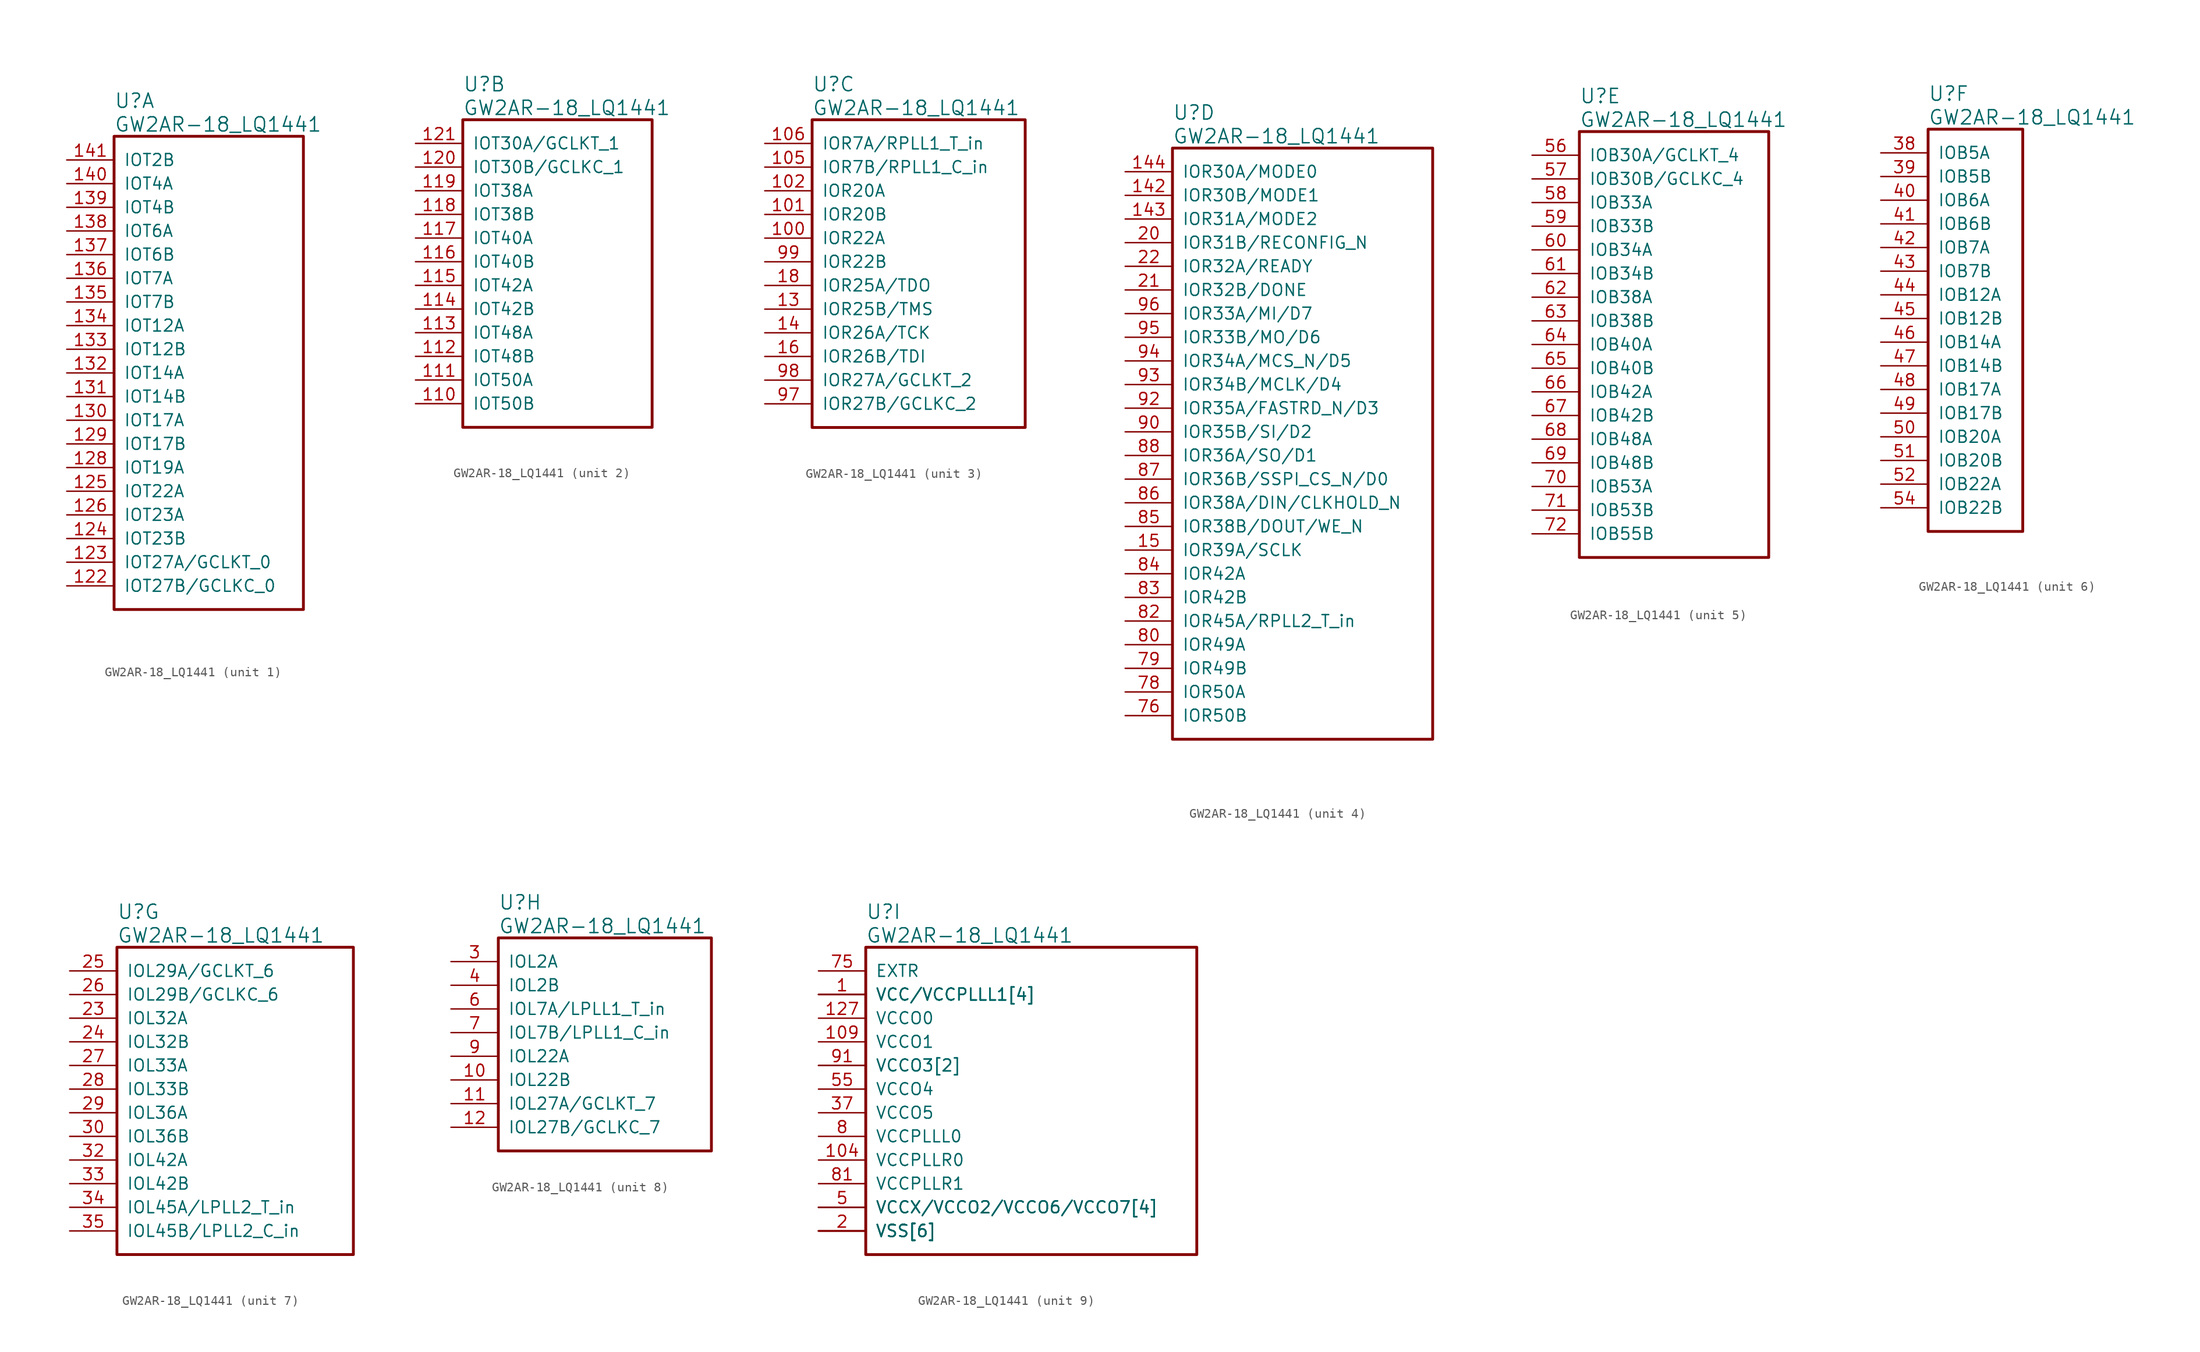
<source format=kicad_sym>
(kicad_symbol_lib
  (version 20211014)
  (generator kicad_symbol_editor)
  (symbol "GW2AR-18_LQ1441"
    (pin_names
      (offset 1.016))
    (property "Reference" "U"
      (at 5.08 6.35 0)
      (effects (font (size 1.524 1.524)) (justify left)))
    (property "Value" "GW2AR-18_LQ1441"
      (at 5.08 3.81 0)
      (effects (font (size 1.524 1.524)) (justify left)))
    (property "ki_locked" ""
      (at 0 0 0)
      (effects (font (size 1.27 1.27))))
    (symbol "GW2AR-18_LQ1441_1_1"
      (rectangle (start 5.08 2.54) (end 25.4 -48.26) (stroke (width 0.305) (type default) (color 0 0 0 0)) (fill (type none)))
      (pin bidirectional line (at 0 -45.72 0) (length 5.08) (name "IOT27B/GCLKC_0" (effects (font (size 1.27 1.27)))) (number "122" (effects (font (size 1.27 1.27)))))
      (pin bidirectional line (at 0 -43.18 0) (length 5.08) (name "IOT27A/GCLKT_0" (effects (font (size 1.27 1.27)))) (number "123" (effects (font (size 1.27 1.27)))))
      (pin bidirectional line (at 0 -40.64 0) (length 5.08) (name "IOT23B" (effects (font (size 1.27 1.27)))) (number "124" (effects (font (size 1.27 1.27)))))
      (pin bidirectional line (at 0 -35.56 0) (length 5.08) (name "IOT22A" (effects (font (size 1.27 1.27)))) (number "125" (effects (font (size 1.27 1.27)))))
      (pin bidirectional line (at 0 -38.1 0) (length 5.08) (name "IOT23A" (effects (font (size 1.27 1.27)))) (number "126" (effects (font (size 1.27 1.27)))))
      (pin bidirectional line (at 0 -33.02 0) (length 5.08) (name "IOT19A" (effects (font (size 1.27 1.27)))) (number "128" (effects (font (size 1.27 1.27)))))
      (pin bidirectional line (at 0 -30.48 0) (length 5.08) (name "IOT17B" (effects (font (size 1.27 1.27)))) (number "129" (effects (font (size 1.27 1.27)))))
      (pin bidirectional line (at 0 -27.94 0) (length 5.08) (name "IOT17A" (effects (font (size 1.27 1.27)))) (number "130" (effects (font (size 1.27 1.27)))))
      (pin bidirectional line (at 0 -25.4 0) (length 5.08) (name "IOT14B" (effects (font (size 1.27 1.27)))) (number "131" (effects (font (size 1.27 1.27)))))
      (pin bidirectional line (at 0 -22.86 0) (length 5.08) (name "IOT14A" (effects (font (size 1.27 1.27)))) (number "132" (effects (font (size 1.27 1.27)))))
      (pin bidirectional line (at 0 -20.32 0) (length 5.08) (name "IOT12B" (effects (font (size 1.27 1.27)))) (number "133" (effects (font (size 1.27 1.27)))))
      (pin bidirectional line (at 0 -17.78 0) (length 5.08) (name "IOT12A" (effects (font (size 1.27 1.27)))) (number "134" (effects (font (size 1.27 1.27)))))
      (pin bidirectional line (at 0 -15.24 0) (length 5.08) (name "IOT7B" (effects (font (size 1.27 1.27)))) (number "135" (effects (font (size 1.27 1.27)))))
      (pin bidirectional line (at 0 -12.7 0) (length 5.08) (name "IOT7A" (effects (font (size 1.27 1.27)))) (number "136" (effects (font (size 1.27 1.27)))))
      (pin bidirectional line (at 0 -10.16 0) (length 5.08) (name "IOT6B" (effects (font (size 1.27 1.27)))) (number "137" (effects (font (size 1.27 1.27)))))
      (pin bidirectional line (at 0 -7.62 0) (length 5.08) (name "IOT6A" (effects (font (size 1.27 1.27)))) (number "138" (effects (font (size 1.27 1.27)))))
      (pin bidirectional line (at 0 -5.08 0) (length 5.08) (name "IOT4B" (effects (font (size 1.27 1.27)))) (number "139" (effects (font (size 1.27 1.27)))))
      (pin bidirectional line (at 0 -2.54 0) (length 5.08) (name "IOT4A" (effects (font (size 1.27 1.27)))) (number "140" (effects (font (size 1.27 1.27)))))
      (pin bidirectional line (at 0 0 0) (length 5.08) (name "IOT2B" (effects (font (size 1.27 1.27)))) (number "141" (effects (font (size 1.27 1.27))))))
    (symbol "GW2AR-18_LQ1441_2_1"
      (rectangle (start 5.08 2.54) (end 25.4 -30.48) (stroke (width 0.305) (type default) (color 0 0 0 0)) (fill (type none)))
      (pin bidirectional line (at 0 -27.94 0) (length 5.08) (name "IOT50B" (effects (font (size 1.27 1.27)))) (number "110" (effects (font (size 1.27 1.27)))))
      (pin bidirectional line (at 0 -25.4 0) (length 5.08) (name "IOT50A" (effects (font (size 1.27 1.27)))) (number "111" (effects (font (size 1.27 1.27)))))
      (pin bidirectional line (at 0 -22.86 0) (length 5.08) (name "IOT48B" (effects (font (size 1.27 1.27)))) (number "112" (effects (font (size 1.27 1.27)))))
      (pin bidirectional line (at 0 -20.32 0) (length 5.08) (name "IOT48A" (effects (font (size 1.27 1.27)))) (number "113" (effects (font (size 1.27 1.27)))))
      (pin bidirectional line (at 0 -17.78 0) (length 5.08) (name "IOT42B" (effects (font (size 1.27 1.27)))) (number "114" (effects (font (size 1.27 1.27)))))
      (pin bidirectional line (at 0 -15.24 0) (length 5.08) (name "IOT42A" (effects (font (size 1.27 1.27)))) (number "115" (effects (font (size 1.27 1.27)))))
      (pin bidirectional line (at 0 -12.7 0) (length 5.08) (name "IOT40B" (effects (font (size 1.27 1.27)))) (number "116" (effects (font (size 1.27 1.27)))))
      (pin bidirectional line (at 0 -10.16 0) (length 5.08) (name "IOT40A" (effects (font (size 1.27 1.27)))) (number "117" (effects (font (size 1.27 1.27)))))
      (pin bidirectional line (at 0 -7.62 0) (length 5.08) (name "IOT38B" (effects (font (size 1.27 1.27)))) (number "118" (effects (font (size 1.27 1.27)))))
      (pin bidirectional line (at 0 -5.08 0) (length 5.08) (name "IOT38A" (effects (font (size 1.27 1.27)))) (number "119" (effects (font (size 1.27 1.27)))))
      (pin bidirectional line (at 0 -2.54 0) (length 5.08) (name "IOT30B/GCLKC_1" (effects (font (size 1.27 1.27)))) (number "120" (effects (font (size 1.27 1.27)))))
      (pin bidirectional line (at 0 0 0) (length 5.08) (name "IOT30A/GCLKT_1" (effects (font (size 1.27 1.27)))) (number "121" (effects (font (size 1.27 1.27))))))
    (symbol "GW2AR-18_LQ1441_3_1"
      (rectangle (start 5.08 2.54) (end 27.94 -30.48) (stroke (width 0.305) (type default) (color 0 0 0 0)) (fill (type none)))
      (pin bidirectional line (at 0 -10.16 0) (length 5.08) (name "IOR22A" (effects (font (size 1.27 1.27)))) (number "100" (effects (font (size 1.27 1.27)))))
      (pin bidirectional line (at 0 -7.62 0) (length 5.08) (name "IOR20B" (effects (font (size 1.27 1.27)))) (number "101" (effects (font (size 1.27 1.27)))))
      (pin bidirectional line (at 0 -5.08 0) (length 5.08) (name "IOR20A" (effects (font (size 1.27 1.27)))) (number "102" (effects (font (size 1.27 1.27)))))
      (pin bidirectional line (at 0 -2.54 0) (length 5.08) (name "IOR7B/RPLL1_C_in" (effects (font (size 1.27 1.27)))) (number "105" (effects (font (size 1.27 1.27)))))
      (pin bidirectional line (at 0 0 0) (length 5.08) (name "IOR7A/RPLL1_T_in" (effects (font (size 1.27 1.27)))) (number "106" (effects (font (size 1.27 1.27)))))
      (pin bidirectional line (at 0 -17.78 0) (length 5.08) (name "IOR25B/TMS" (effects (font (size 1.27 1.27)))) (number "13" (effects (font (size 1.27 1.27)))))
      (pin bidirectional line (at 0 -20.32 0) (length 5.08) (name "IOR26A/TCK" (effects (font (size 1.27 1.27)))) (number "14" (effects (font (size 1.27 1.27)))))
      (pin bidirectional line (at 0 -22.86 0) (length 5.08) (name "IOR26B/TDI" (effects (font (size 1.27 1.27)))) (number "16" (effects (font (size 1.27 1.27)))))
      (pin bidirectional line (at 0 -15.24 0) (length 5.08) (name "IOR25A/TDO" (effects (font (size 1.27 1.27)))) (number "18" (effects (font (size 1.27 1.27)))))
      (pin bidirectional line (at 0 -27.94 0) (length 5.08) (name "IOR27B/GCLKC_2" (effects (font (size 1.27 1.27)))) (number "97" (effects (font (size 1.27 1.27)))))
      (pin bidirectional line (at 0 -25.4 0) (length 5.08) (name "IOR27A/GCLKT_2" (effects (font (size 1.27 1.27)))) (number "98" (effects (font (size 1.27 1.27)))))
      (pin bidirectional line (at 0 -12.7 0) (length 5.08) (name "IOR22B" (effects (font (size 1.27 1.27)))) (number "99" (effects (font (size 1.27 1.27))))))
    (symbol "GW2AR-18_LQ1441_4_1"
      (rectangle (start 5.08 2.54) (end 33.02 -60.96) (stroke (width 0.305) (type default) (color 0 0 0 0)) (fill (type none)))
      (pin bidirectional line (at 0 -2.54 0) (length 5.08) (name "IOR30B/MODE1" (effects (font (size 1.27 1.27)))) (number "142" (effects (font (size 1.27 1.27)))))
      (pin bidirectional line (at 0 -5.08 0) (length 5.08) (name "IOR31A/MODE2" (effects (font (size 1.27 1.27)))) (number "143" (effects (font (size 1.27 1.27)))))
      (pin bidirectional line (at 0 0 0) (length 5.08) (name "IOR30A/MODE0" (effects (font (size 1.27 1.27)))) (number "144" (effects (font (size 1.27 1.27)))))
      (pin bidirectional line (at 0 -40.64 0) (length 5.08) (name "IOR39A/SCLK" (effects (font (size 1.27 1.27)))) (number "15" (effects (font (size 1.27 1.27)))))
      (pin bidirectional line (at 0 -7.62 0) (length 5.08) (name "IOR31B/RECONFIG_N" (effects (font (size 1.27 1.27)))) (number "20" (effects (font (size 1.27 1.27)))))
      (pin bidirectional line (at 0 -12.7 0) (length 5.08) (name "IOR32B/DONE" (effects (font (size 1.27 1.27)))) (number "21" (effects (font (size 1.27 1.27)))))
      (pin bidirectional line (at 0 -10.16 0) (length 5.08) (name "IOR32A/READY" (effects (font (size 1.27 1.27)))) (number "22" (effects (font (size 1.27 1.27)))))
      (pin bidirectional line (at 0 -58.42 0) (length 5.08) (name "IOR50B" (effects (font (size 1.27 1.27)))) (number "76" (effects (font (size 1.27 1.27)))))
      (pin bidirectional line (at 0 -55.88 0) (length 5.08) (name "IOR50A" (effects (font (size 1.27 1.27)))) (number "78" (effects (font (size 1.27 1.27)))))
      (pin bidirectional line (at 0 -53.34 0) (length 5.08) (name "IOR49B" (effects (font (size 1.27 1.27)))) (number "79" (effects (font (size 1.27 1.27)))))
      (pin bidirectional line (at 0 -50.8 0) (length 5.08) (name "IOR49A" (effects (font (size 1.27 1.27)))) (number "80" (effects (font (size 1.27 1.27)))))
      (pin bidirectional line (at 0 -48.26 0) (length 5.08) (name "IOR45A/RPLL2_T_in" (effects (font (size 1.27 1.27)))) (number "82" (effects (font (size 1.27 1.27)))))
      (pin bidirectional line (at 0 -45.72 0) (length 5.08) (name "IOR42B" (effects (font (size 1.27 1.27)))) (number "83" (effects (font (size 1.27 1.27)))))
      (pin bidirectional line (at 0 -43.18 0) (length 5.08) (name "IOR42A" (effects (font (size 1.27 1.27)))) (number "84" (effects (font (size 1.27 1.27)))))
      (pin bidirectional line (at 0 -38.1 0) (length 5.08) (name "IOR38B/DOUT/WE_N" (effects (font (size 1.27 1.27)))) (number "85" (effects (font (size 1.27 1.27)))))
      (pin bidirectional line (at 0 -35.56 0) (length 5.08) (name "IOR38A/DIN/CLKHOLD_N" (effects (font (size 1.27 1.27)))) (number "86" (effects (font (size 1.27 1.27)))))
      (pin bidirectional line (at 0 -33.02 0) (length 5.08) (name "IOR36B/SSPI_CS_N/D0" (effects (font (size 1.27 1.27)))) (number "87" (effects (font (size 1.27 1.27)))))
      (pin bidirectional line (at 0 -30.48 0) (length 5.08) (name "IOR36A/SO/D1" (effects (font (size 1.27 1.27)))) (number "88" (effects (font (size 1.27 1.27)))))
      (pin bidirectional line (at 0 -27.94 0) (length 5.08) (name "IOR35B/SI/D2" (effects (font (size 1.27 1.27)))) (number "90" (effects (font (size 1.27 1.27)))))
      (pin bidirectional line (at 0 -25.4 0) (length 5.08) (name "IOR35A/FASTRD_N/D3" (effects (font (size 1.27 1.27)))) (number "92" (effects (font (size 1.27 1.27)))))
      (pin bidirectional line (at 0 -22.86 0) (length 5.08) (name "IOR34B/MCLK/D4" (effects (font (size 1.27 1.27)))) (number "93" (effects (font (size 1.27 1.27)))))
      (pin bidirectional line (at 0 -20.32 0) (length 5.08) (name "IOR34A/MCS_N/D5" (effects (font (size 1.27 1.27)))) (number "94" (effects (font (size 1.27 1.27)))))
      (pin bidirectional line (at 0 -17.78 0) (length 5.08) (name "IOR33B/MO/D6" (effects (font (size 1.27 1.27)))) (number "95" (effects (font (size 1.27 1.27)))))
      (pin bidirectional line (at 0 -15.24 0) (length 5.08) (name "IOR33A/MI/D7" (effects (font (size 1.27 1.27)))) (number "96" (effects (font (size 1.27 1.27))))))
    (symbol "GW2AR-18_LQ1441_5_1"
      (rectangle (start 5.08 2.54) (end 25.4 -43.18) (stroke (width 0.305) (type default) (color 0 0 0 0)) (fill (type none)))
      (pin bidirectional line (at 0 0 0) (length 5.08) (name "IOB30A/GCLKT_4" (effects (font (size 1.27 1.27)))) (number "56" (effects (font (size 1.27 1.27)))))
      (pin bidirectional line (at 0 -2.54 0) (length 5.08) (name "IOB30B/GCLKC_4" (effects (font (size 1.27 1.27)))) (number "57" (effects (font (size 1.27 1.27)))))
      (pin bidirectional line (at 0 -5.08 0) (length 5.08) (name "IOB33A" (effects (font (size 1.27 1.27)))) (number "58" (effects (font (size 1.27 1.27)))))
      (pin bidirectional line (at 0 -7.62 0) (length 5.08) (name "IOB33B" (effects (font (size 1.27 1.27)))) (number "59" (effects (font (size 1.27 1.27)))))
      (pin bidirectional line (at 0 -10.16 0) (length 5.08) (name "IOB34A" (effects (font (size 1.27 1.27)))) (number "60" (effects (font (size 1.27 1.27)))))
      (pin bidirectional line (at 0 -12.7 0) (length 5.08) (name "IOB34B" (effects (font (size 1.27 1.27)))) (number "61" (effects (font (size 1.27 1.27)))))
      (pin bidirectional line (at 0 -15.24 0) (length 5.08) (name "IOB38A" (effects (font (size 1.27 1.27)))) (number "62" (effects (font (size 1.27 1.27)))))
      (pin bidirectional line (at 0 -17.78 0) (length 5.08) (name "IOB38B" (effects (font (size 1.27 1.27)))) (number "63" (effects (font (size 1.27 1.27)))))
      (pin bidirectional line (at 0 -20.32 0) (length 5.08) (name "IOB40A" (effects (font (size 1.27 1.27)))) (number "64" (effects (font (size 1.27 1.27)))))
      (pin bidirectional line (at 0 -22.86 0) (length 5.08) (name "IOB40B" (effects (font (size 1.27 1.27)))) (number "65" (effects (font (size 1.27 1.27)))))
      (pin bidirectional line (at 0 -25.4 0) (length 5.08) (name "IOB42A" (effects (font (size 1.27 1.27)))) (number "66" (effects (font (size 1.27 1.27)))))
      (pin bidirectional line (at 0 -27.94 0) (length 5.08) (name "IOB42B" (effects (font (size 1.27 1.27)))) (number "67" (effects (font (size 1.27 1.27)))))
      (pin bidirectional line (at 0 -30.48 0) (length 5.08) (name "IOB48A" (effects (font (size 1.27 1.27)))) (number "68" (effects (font (size 1.27 1.27)))))
      (pin bidirectional line (at 0 -33.02 0) (length 5.08) (name "IOB48B" (effects (font (size 1.27 1.27)))) (number "69" (effects (font (size 1.27 1.27)))))
      (pin bidirectional line (at 0 -35.56 0) (length 5.08) (name "IOB53A" (effects (font (size 1.27 1.27)))) (number "70" (effects (font (size 1.27 1.27)))))
      (pin bidirectional line (at 0 -38.1 0) (length 5.08) (name "IOB53B" (effects (font (size 1.27 1.27)))) (number "71" (effects (font (size 1.27 1.27)))))
      (pin bidirectional line (at 0 -40.64 0) (length 5.08) (name "IOB55B" (effects (font (size 1.27 1.27)))) (number "72" (effects (font (size 1.27 1.27))))))
    (symbol "GW2AR-18_LQ1441_6_1"
      (rectangle (start 5.08 2.54) (end 15.24 -40.64) (stroke (width 0.305) (type default) (color 0 0 0 0)) (fill (type none)))
      (pin bidirectional line (at 0 0 0) (length 5.08) (name "IOB5A" (effects (font (size 1.27 1.27)))) (number "38" (effects (font (size 1.27 1.27)))))
      (pin bidirectional line (at 0 -2.54 0) (length 5.08) (name "IOB5B" (effects (font (size 1.27 1.27)))) (number "39" (effects (font (size 1.27 1.27)))))
      (pin bidirectional line (at 0 -5.08 0) (length 5.08) (name "IOB6A" (effects (font (size 1.27 1.27)))) (number "40" (effects (font (size 1.27 1.27)))))
      (pin bidirectional line (at 0 -7.62 0) (length 5.08) (name "IOB6B" (effects (font (size 1.27 1.27)))) (number "41" (effects (font (size 1.27 1.27)))))
      (pin bidirectional line (at 0 -10.16 0) (length 5.08) (name "IOB7A" (effects (font (size 1.27 1.27)))) (number "42" (effects (font (size 1.27 1.27)))))
      (pin bidirectional line (at 0 -12.7 0) (length 5.08) (name "IOB7B" (effects (font (size 1.27 1.27)))) (number "43" (effects (font (size 1.27 1.27)))))
      (pin bidirectional line (at 0 -15.24 0) (length 5.08) (name "IOB12A" (effects (font (size 1.27 1.27)))) (number "44" (effects (font (size 1.27 1.27)))))
      (pin bidirectional line (at 0 -17.78 0) (length 5.08) (name "IOB12B" (effects (font (size 1.27 1.27)))) (number "45" (effects (font (size 1.27 1.27)))))
      (pin bidirectional line (at 0 -20.32 0) (length 5.08) (name "IOB14A" (effects (font (size 1.27 1.27)))) (number "46" (effects (font (size 1.27 1.27)))))
      (pin bidirectional line (at 0 -22.86 0) (length 5.08) (name "IOB14B" (effects (font (size 1.27 1.27)))) (number "47" (effects (font (size 1.27 1.27)))))
      (pin bidirectional line (at 0 -25.4 0) (length 5.08) (name "IOB17A" (effects (font (size 1.27 1.27)))) (number "48" (effects (font (size 1.27 1.27)))))
      (pin bidirectional line (at 0 -27.94 0) (length 5.08) (name "IOB17B" (effects (font (size 1.27 1.27)))) (number "49" (effects (font (size 1.27 1.27)))))
      (pin bidirectional line (at 0 -30.48 0) (length 5.08) (name "IOB20A" (effects (font (size 1.27 1.27)))) (number "50" (effects (font (size 1.27 1.27)))))
      (pin bidirectional line (at 0 -33.02 0) (length 5.08) (name "IOB20B" (effects (font (size 1.27 1.27)))) (number "51" (effects (font (size 1.27 1.27)))))
      (pin bidirectional line (at 0 -35.56 0) (length 5.08) (name "IOB22A" (effects (font (size 1.27 1.27)))) (number "52" (effects (font (size 1.27 1.27)))))
      (pin bidirectional line (at 0 -38.1 0) (length 5.08) (name "IOB22B" (effects (font (size 1.27 1.27)))) (number "54" (effects (font (size 1.27 1.27))))))
    (symbol "GW2AR-18_LQ1441_7_1"
      (rectangle (start 5.08 2.54) (end 30.48 -30.48) (stroke (width 0.305) (type default) (color 0 0 0 0)) (fill (type none)))
      (pin bidirectional line (at 0 -5.08 0) (length 5.08) (name "IOL32A" (effects (font (size 1.27 1.27)))) (number "23" (effects (font (size 1.27 1.27)))))
      (pin bidirectional line (at 0 -7.62 0) (length 5.08) (name "IOL32B" (effects (font (size 1.27 1.27)))) (number "24" (effects (font (size 1.27 1.27)))))
      (pin bidirectional line (at 0 0 0) (length 5.08) (name "IOL29A/GCLKT_6" (effects (font (size 1.27 1.27)))) (number "25" (effects (font (size 1.27 1.27)))))
      (pin bidirectional line (at 0 -2.54 0) (length 5.08) (name "IOL29B/GCLKC_6" (effects (font (size 1.27 1.27)))) (number "26" (effects (font (size 1.27 1.27)))))
      (pin bidirectional line (at 0 -10.16 0) (length 5.08) (name "IOL33A" (effects (font (size 1.27 1.27)))) (number "27" (effects (font (size 1.27 1.27)))))
      (pin bidirectional line (at 0 -12.7 0) (length 5.08) (name "IOL33B" (effects (font (size 1.27 1.27)))) (number "28" (effects (font (size 1.27 1.27)))))
      (pin bidirectional line (at 0 -15.24 0) (length 5.08) (name "IOL36A" (effects (font (size 1.27 1.27)))) (number "29" (effects (font (size 1.27 1.27)))))
      (pin bidirectional line (at 0 -17.78 0) (length 5.08) (name "IOL36B" (effects (font (size 1.27 1.27)))) (number "30" (effects (font (size 1.27 1.27)))))
      (pin bidirectional line (at 0 -20.32 0) (length 5.08) (name "IOL42A" (effects (font (size 1.27 1.27)))) (number "32" (effects (font (size 1.27 1.27)))))
      (pin bidirectional line (at 0 -22.86 0) (length 5.08) (name "IOL42B" (effects (font (size 1.27 1.27)))) (number "33" (effects (font (size 1.27 1.27)))))
      (pin bidirectional line (at 0 -25.4 0) (length 5.08) (name "IOL45A/LPLL2_T_in" (effects (font (size 1.27 1.27)))) (number "34" (effects (font (size 1.27 1.27)))))
      (pin bidirectional line (at 0 -27.94 0) (length 5.08) (name "IOL45B/LPLL2_C_in" (effects (font (size 1.27 1.27)))) (number "35" (effects (font (size 1.27 1.27))))))
    (symbol "GW2AR-18_LQ1441_8_1"
      (rectangle (start 5.08 2.54) (end 27.94 -20.32) (stroke (width 0.305) (type default) (color 0 0 0 0)) (fill (type none)))
      (pin bidirectional line (at 0 -12.7 0) (length 5.08) (name "IOL22B" (effects (font (size 1.27 1.27)))) (number "10" (effects (font (size 1.27 1.27)))))
      (pin bidirectional line (at 0 -15.24 0) (length 5.08) (name "IOL27A/GCLKT_7" (effects (font (size 1.27 1.27)))) (number "11" (effects (font (size 1.27 1.27)))))
      (pin bidirectional line (at 0 -17.78 0) (length 5.08) (name "IOL27B/GCLKC_7" (effects (font (size 1.27 1.27)))) (number "12" (effects (font (size 1.27 1.27)))))
      (pin bidirectional line (at 0 0 0) (length 5.08) (name "IOL2A" (effects (font (size 1.27 1.27)))) (number "3" (effects (font (size 1.27 1.27)))))
      (pin bidirectional line (at 0 -2.54 0) (length 5.08) (name "IOL2B" (effects (font (size 1.27 1.27)))) (number "4" (effects (font (size 1.27 1.27)))))
      (pin bidirectional line (at 0 -5.08 0) (length 5.08) (name "IOL7A/LPLL1_T_in" (effects (font (size 1.27 1.27)))) (number "6" (effects (font (size 1.27 1.27)))))
      (pin bidirectional line (at 0 -7.62 0) (length 5.08) (name "IOL7B/LPLL1_C_in" (effects (font (size 1.27 1.27)))) (number "7" (effects (font (size 1.27 1.27)))))
      (pin bidirectional line (at 0 -10.16 0) (length 5.08) (name "IOL22A" (effects (font (size 1.27 1.27)))) (number "9" (effects (font (size 1.27 1.27))))))
    (symbol "GW2AR-18_LQ1441_9_1"
      (rectangle (start 5.08 2.54) (end 40.64 -30.48) (stroke (width 0.305) (type default) (color 0 0 0 0)) (fill (type none)))
      (pin power_in line (at 0 -2.54 0) (length 5.08) (name "VCC/VCCPLLL1[4]" (effects (font (size 1.27 1.27)))) (number "1" (effects (font (size 1.27 1.27)))))
      (pin power_in line (at 0 -25.4 0) (length 5.08) (name "VCCX/VCCO2/VCCO6/VCCO7[4]" (effects (font (size 1.27 1.27)))) (number "103" (effects (font (size 0 0)))))
      (pin power_in line (at 0 -20.32 0) (length 5.08) (name "VCCPLLR0" (effects (font (size 1.27 1.27)))) (number "104" (effects (font (size 1.27 1.27)))))
      (pin power_in line (at 0 -27.94 0) (length 5.08) (name "VSS[6]" (effects (font (size 1.27 1.27)))) (number "107" (effects (font (size 0 0)))))
      (pin power_in line (at 0 -2.54 0) (length 5.08) (name "VCC/VCCPLLL1[4]" (effects (font (size 1.27 1.27)))) (number "108" (effects (font (size 0 0)))))
      (pin power_in line (at 0 -7.62 0) (length 5.08) (name "VCCO1" (effects (font (size 1.27 1.27)))) (number "109" (effects (font (size 1.27 1.27)))))
      (pin power_in line (at 0 -5.08 0) (length 5.08) (name "VCCO0" (effects (font (size 1.27 1.27)))) (number "127" (effects (font (size 1.27 1.27)))))
      (pin power_in line (at 0 -27.94 0) (length 5.08) (name "VSS[6]" (effects (font (size 1.27 1.27)))) (number "17" (effects (font (size 0 0)))))
      (pin power_in line (at 0 -25.4 0) (length 5.08) (name "VCCX/VCCO2/VCCO6/VCCO7[4]" (effects (font (size 1.27 1.27)))) (number "19" (effects (font (size 0 0)))))
      (pin power_in line (at 0 -27.94 0) (length 5.08) (name "VSS[6]" (effects (font (size 1.27 1.27)))) (number "2" (effects (font (size 1.27 1.27)))))
      (pin power_in line (at 0 -25.4 0) (length 5.08) (name "VCCX/VCCO2/VCCO6/VCCO7[4]" (effects (font (size 1.27 1.27)))) (number "31" (effects (font (size 0 0)))))
      (pin power_in line (at 0 -2.54 0) (length 5.08) (name "VCC/VCCPLLL1[4]" (effects (font (size 1.27 1.27)))) (number "36" (effects (font (size 0 0)))))
      (pin power_in line (at 0 -15.24 0) (length 5.08) (name "VCCO5" (effects (font (size 1.27 1.27)))) (number "37" (effects (font (size 1.27 1.27)))))
      (pin power_in line (at 0 -25.4 0) (length 5.08) (name "VCCX/VCCO2/VCCO6/VCCO7[4]" (effects (font (size 1.27 1.27)))) (number "5" (effects (font (size 1.27 1.27)))))
      (pin power_in line (at 0 -27.94 0) (length 5.08) (name "VSS[6]" (effects (font (size 1.27 1.27)))) (number "53" (effects (font (size 0 0)))))
      (pin power_in line (at 0 -12.7 0) (length 5.08) (name "VCCO4" (effects (font (size 1.27 1.27)))) (number "55" (effects (font (size 1.27 1.27)))))
      (pin power_in line (at 0 -2.54 0) (length 5.08) (name "VCC/VCCPLLL1[4]" (effects (font (size 1.27 1.27)))) (number "73" (effects (font (size 0 0)))))
      (pin power_in line (at 0 -27.94 0) (length 5.08) (name "VSS[6]" (effects (font (size 1.27 1.27)))) (number "74" (effects (font (size 0 0)))))
      (pin power_in line (at 0 0 0) (length 5.08) (name "EXTR" (effects (font (size 1.27 1.27)))) (number "75" (effects (font (size 1.27 1.27)))))
      (pin power_in line (at 0 -10.16 0) (length 5.08) (name "VCCO3[2]" (effects (font (size 1.27 1.27)))) (number "77" (effects (font (size 0 0)))))
      (pin power_in line (at 0 -17.78 0) (length 5.08) (name "VCCPLLL0" (effects (font (size 1.27 1.27)))) (number "8" (effects (font (size 1.27 1.27)))))
      (pin power_in line (at 0 -22.86 0) (length 5.08) (name "VCCPLLR1" (effects (font (size 1.27 1.27)))) (number "81" (effects (font (size 1.27 1.27)))))
      (pin power_in line (at 0 -27.94 0) (length 5.08) (name "VSS[6]" (effects (font (size 1.27 1.27)))) (number "89" (effects (font (size 0 0)))))
      (pin power_in line (at 0 -10.16 0) (length 5.08) (name "VCCO3[2]" (effects (font (size 1.27 1.27)))) (number "91" (effects (font (size 1.27 1.27))))))))
</source>
